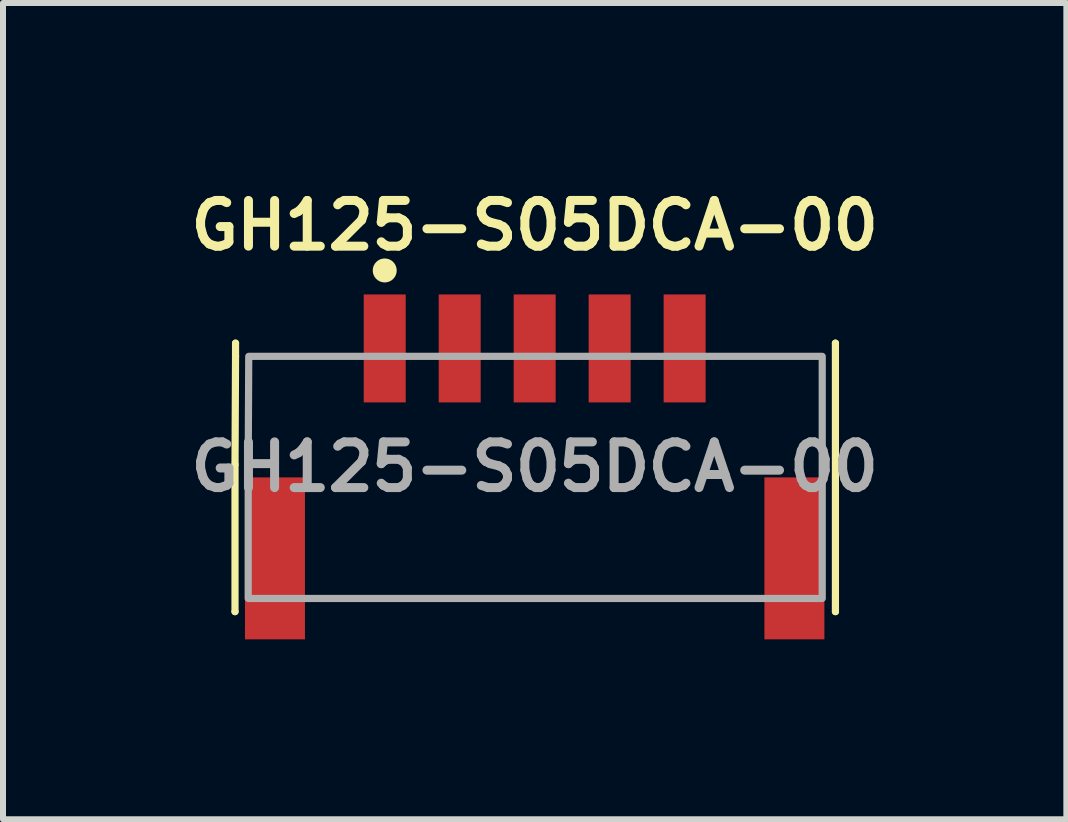
<source format=kicad_pcb>
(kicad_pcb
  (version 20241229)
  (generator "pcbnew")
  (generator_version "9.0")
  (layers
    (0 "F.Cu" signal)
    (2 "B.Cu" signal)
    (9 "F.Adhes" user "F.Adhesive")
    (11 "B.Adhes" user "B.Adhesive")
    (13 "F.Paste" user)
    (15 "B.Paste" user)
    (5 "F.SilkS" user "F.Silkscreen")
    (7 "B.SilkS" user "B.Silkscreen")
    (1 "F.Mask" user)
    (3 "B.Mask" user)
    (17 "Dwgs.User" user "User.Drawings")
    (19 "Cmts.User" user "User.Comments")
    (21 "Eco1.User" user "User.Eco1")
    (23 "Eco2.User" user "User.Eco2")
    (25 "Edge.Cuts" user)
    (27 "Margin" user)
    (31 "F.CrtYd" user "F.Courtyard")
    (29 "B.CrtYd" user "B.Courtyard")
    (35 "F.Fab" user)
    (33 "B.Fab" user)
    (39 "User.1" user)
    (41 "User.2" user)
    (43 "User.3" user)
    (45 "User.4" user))
  (footprint "GH125-S05DCA-00"
    (layer "F.Cu")
    (at 5.864 4.509)
    (property "Reference" "GH125-S05DCA-00" (at 0 -3.8 0) (unlocked yes) (layer "F.SilkS") (effects (font (size 0.762 0.762) (thickness 0.15))))
    (fp_line (start -4.996 0.186) (end -4.987 -1.617) (stroke (width 0.12) (type default)) (layer "F.SilkS"))
    (fp_line (start -4.996 2.638) (end -4.996 0.186) (stroke (width 0.12) (type default)) (layer "F.SilkS"))
    (fp_line (start -4.996 2.638) (end -4.996 2.638) (stroke (width 0.12) (type default)) (layer "F.SilkS"))
    (fp_line (start -4.987 -1.838) (end -4.987 -1.838) (stroke (width 0.12) (type default)) (layer "F.SilkS"))
    (fp_line (start -4.987 -1.617) (end -4.987 -1.838) (stroke (width 0.12) (type default)) (layer "F.SilkS"))
    (fp_line (start 5.014 -1.838) (end 5.014 -1.838) (stroke (width 0.12) (type default)) (layer "F.SilkS"))
    (fp_line (start 5.014 -1.838) (end 5.014 2.638) (stroke (width 0.12) (type default)) (layer "F.SilkS"))
    (fp_line (start 5.014 2.638) (end 5.014 2.638) (stroke (width 0.12) (type default)) (layer "F.SilkS"))
    (fp_circle (center -2.5 -3.05) (end -2.5 -2.85) (stroke (width 0) (type default)) (fill yes) (layer "F.SilkS"))
    (fp_poly (pts (xy 4.793 -1.618) (xy -4.766 -1.618) (xy -4.767 -1.618) (xy -4.767 -1.617) (xy -4.776 0.187) (xy -4.776 2.417) (xy -4.776 2.418) (xy -4.775 2.418) (xy 4.793 2.418) (xy 4.794 2.418) (xy 4.794 2.417) (xy 4.794 -1.617) (xy 4.794 -1.618)) (stroke (width 0.12) (type default)) (fill no) (layer "F.Fab"))
    (fp_text user "${REFERENCE}" (at 0 0.225 0) (layer "F.Fab") (effects (font (size 0.762 0.762) (thickness 0.15))))
    (pad "1" smd rect (at -2.5 -1.75) (size 0.7 1.8) (layers "F.Cu" "F.Mask" "F.Paste"))
    (pad "2" smd rect (at -1.25 -1.75) (size 0.7 1.8) (layers "F.Cu" "F.Mask" "F.Paste"))
    (pad "3" smd rect (at 0 -1.75) (size 0.7 1.8) (layers "F.Cu" "F.Mask" "F.Paste"))
    (pad "4" smd rect (at 1.25 -1.75) (size 0.7 1.8) (layers "F.Cu" "F.Mask" "F.Paste"))
    (pad "5" smd rect (at 2.5 -1.75) (size 0.7 1.8) (layers "F.Cu" "F.Mask" "F.Paste"))
    (pad "6" smd rect (at 4.33 1.75) (size 1 2.7) (layers "F.Cu" "F.Mask" "F.Paste"))
    (pad "7" smd rect (at -4.33 1.75) (size 1 2.7) (layers "F.Cu" "F.Mask" "F.Paste")))
  (gr_rect
    (start -3 -3)
    (end 14.728 10.609)
    (stroke (width 0.1) (type default))
    (fill no)
    (layer "Edge.Cuts")))
</source>
